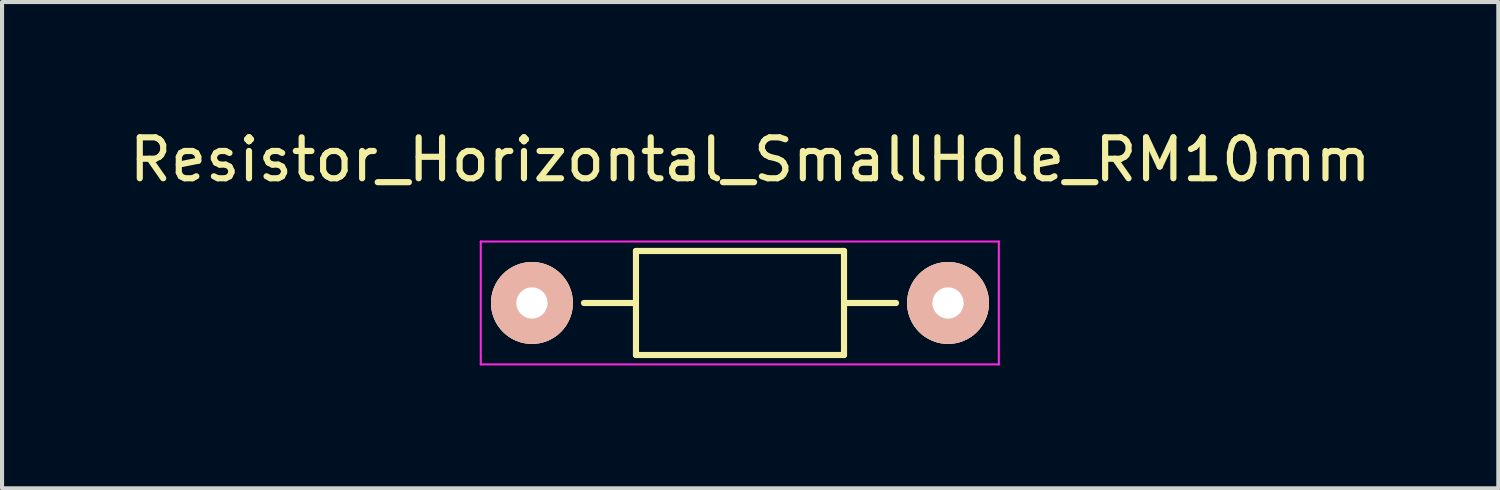
<source format=kicad_pcb>
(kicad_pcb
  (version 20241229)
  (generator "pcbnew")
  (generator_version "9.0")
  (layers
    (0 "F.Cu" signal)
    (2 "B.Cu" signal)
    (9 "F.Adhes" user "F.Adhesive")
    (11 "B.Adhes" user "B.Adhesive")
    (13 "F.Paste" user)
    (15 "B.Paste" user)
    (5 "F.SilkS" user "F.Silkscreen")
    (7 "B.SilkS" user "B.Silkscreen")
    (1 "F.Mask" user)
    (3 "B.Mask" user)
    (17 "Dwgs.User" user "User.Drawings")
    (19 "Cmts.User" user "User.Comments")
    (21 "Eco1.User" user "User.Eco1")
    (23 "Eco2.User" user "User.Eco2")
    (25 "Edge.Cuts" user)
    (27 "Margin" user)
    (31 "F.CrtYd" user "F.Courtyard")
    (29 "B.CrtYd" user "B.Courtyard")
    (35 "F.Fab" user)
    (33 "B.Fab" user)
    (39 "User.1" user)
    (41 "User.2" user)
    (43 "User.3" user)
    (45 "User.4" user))
  (footprint "Resistor_Horizontal_SmallHole_RM10mm"
    (layer "F.Cu")
    (at 9.939 4.348)
    (property "Reference" "Resistor_Horizontal_SmallHole_RM10mm" (at 5.329 -3.5 0) (layer "F.SilkS") (effects (font (size 1 1) (thickness 0.15))))
    (attr through_hole)
    (fp_line (start 2.54 -1.27) (end 7.62 -1.27) (stroke (width 0.15) (type solid)) (layer "F.SilkS"))
    (fp_line (start 2.54 0) (end 1.27 0) (stroke (width 0.15) (type solid)) (layer "F.SilkS"))
    (fp_line (start 2.54 1.27) (end 2.54 -1.27) (stroke (width 0.15) (type solid)) (layer "F.SilkS"))
    (fp_line (start 7.62 -1.27) (end 7.62 1.27) (stroke (width 0.15) (type solid)) (layer "F.SilkS"))
    (fp_line (start 7.62 0) (end 8.89 0) (stroke (width 0.15) (type solid)) (layer "F.SilkS"))
    (fp_line (start 7.62 1.27) (end 2.54 1.27) (stroke (width 0.15) (type solid)) (layer "F.SilkS"))
    (fp_line (start -1.25 -1.5) (end 11.4 -1.5) (stroke (width 0.05) (type solid)) (layer "F.CrtYd"))
    (fp_line (start -1.25 1.5) (end -1.25 -1.5) (stroke (width 0.05) (type solid)) (layer "F.CrtYd"))
    (fp_line (start -1.25 1.5) (end 11.4 1.5) (stroke (width 0.05) (type solid)) (layer "F.CrtYd"))
    (fp_line (start 11.4 -1.5) (end 11.4 1.5) (stroke (width 0.05) (type solid)) (layer "F.CrtYd"))
    (pad "1" thru_hole circle (at 0 0) (size 1.999 1.999) (drill 0.762) (layers "*.Cu" "*.SilkS" "*.Mask"))
    (pad "2" thru_hole circle (at 10.16 0) (size 1.999 1.999) (drill 0.762) (layers "*.Cu" "*.SilkS" "*.Mask")))
  (gr_rect
    (start -3 -3)
    (end 33.536 8.873)
    (stroke (width 0.1) (type default))
    (fill no)
    (layer "Edge.Cuts")))
</source>
